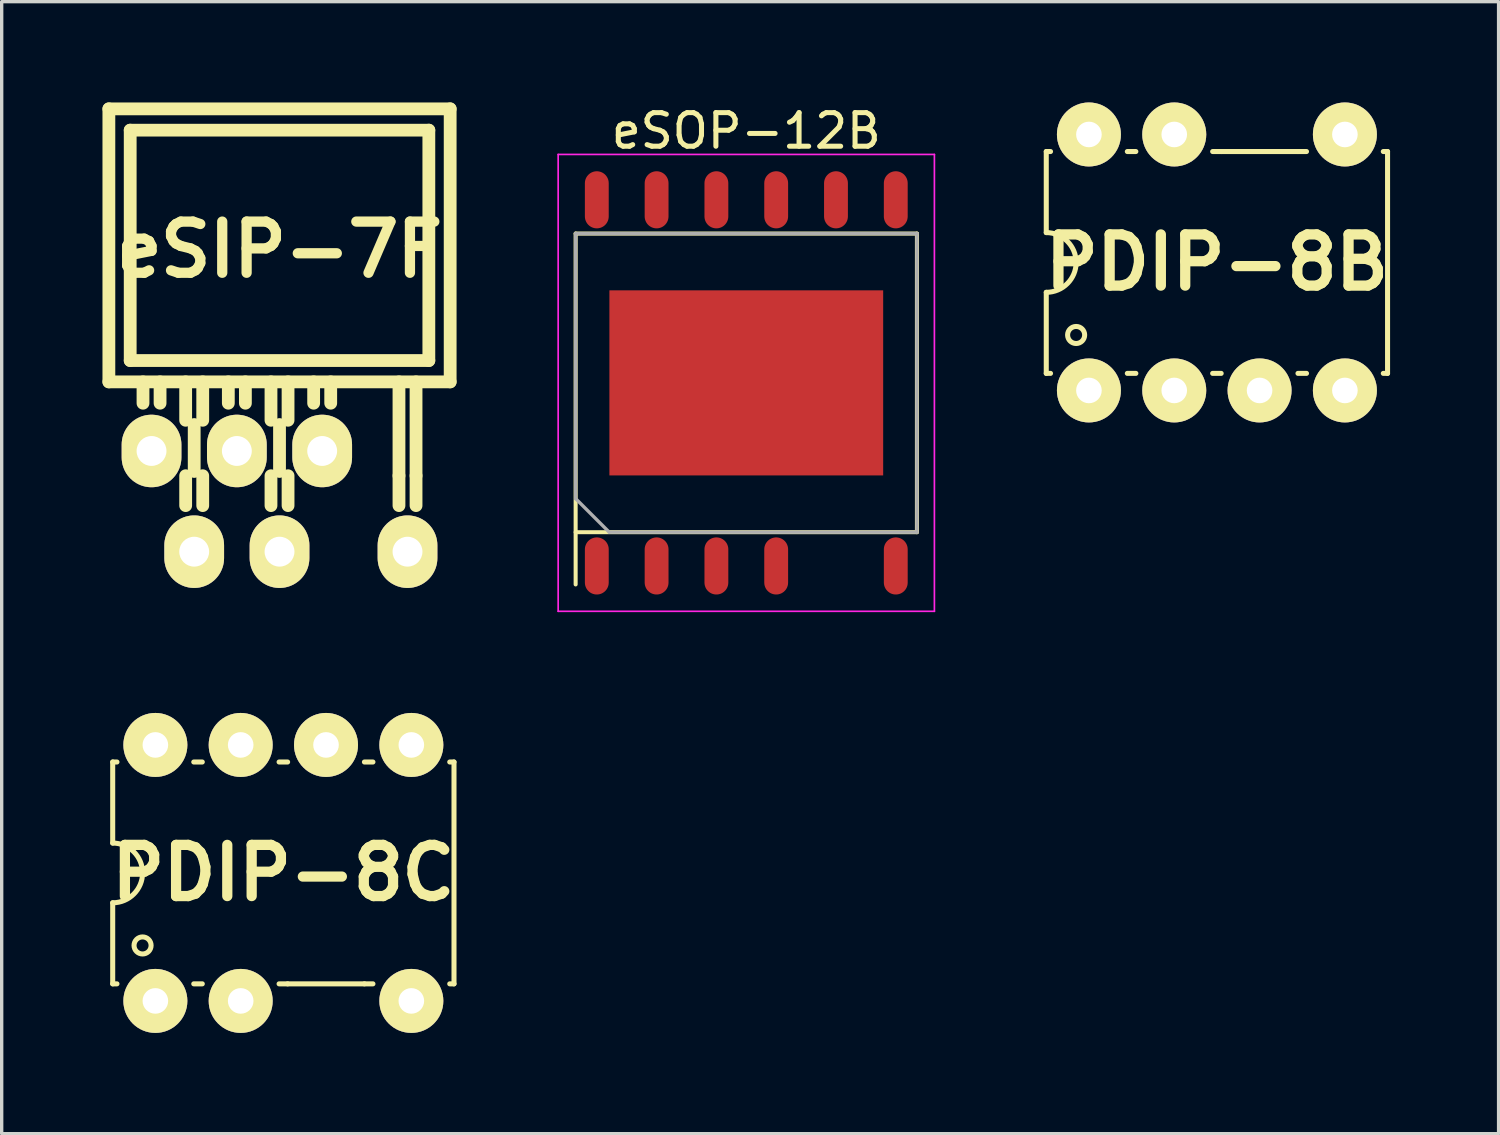
<source format=kicad_pcb>
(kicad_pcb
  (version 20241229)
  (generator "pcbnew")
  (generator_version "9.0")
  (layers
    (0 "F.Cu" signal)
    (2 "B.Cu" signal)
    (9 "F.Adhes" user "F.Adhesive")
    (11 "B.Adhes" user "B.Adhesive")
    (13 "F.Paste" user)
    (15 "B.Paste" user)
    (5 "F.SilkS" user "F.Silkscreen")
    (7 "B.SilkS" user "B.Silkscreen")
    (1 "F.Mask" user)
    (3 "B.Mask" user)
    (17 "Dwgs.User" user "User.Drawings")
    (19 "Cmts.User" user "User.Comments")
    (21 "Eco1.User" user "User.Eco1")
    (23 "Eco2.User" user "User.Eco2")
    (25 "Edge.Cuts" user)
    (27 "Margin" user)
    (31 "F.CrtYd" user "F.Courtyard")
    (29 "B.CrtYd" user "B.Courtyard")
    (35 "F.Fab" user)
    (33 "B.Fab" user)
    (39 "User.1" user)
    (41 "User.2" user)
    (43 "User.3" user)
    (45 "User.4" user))
  (footprint "eSIP-7F"
    (layer "F.Cu")
    (at 5.271 11.874)
    (property "Reference" "eSIP-7F" (at 0 -7.493 0) (layer "F.SilkS") (effects (font (size 1.524 1.524) (thickness 0.305))))
    (attr through_hole)
    (fp_line (start -5.08 -11.684) (end -5.08 -3.556) (stroke (width 0.381) (type solid)) (layer "F.SilkS"))
    (fp_line (start -5.08 -3.556) (end 5.08 -3.556) (stroke (width 0.381) (type solid)) (layer "F.SilkS"))
    (fp_line (start -4.445 -11.049) (end -4.445 -4.191) (stroke (width 0.381) (type solid)) (layer "F.SilkS"))
    (fp_line (start -4.445 -4.191) (end 4.445 -4.191) (stroke (width 0.381) (type solid)) (layer "F.SilkS"))
    (fp_line (start -4.064 -2.921) (end -4.064 -3.556) (stroke (width 0.381) (type solid)) (layer "F.SilkS"))
    (fp_line (start -3.556 -2.921) (end -3.556 -3.556) (stroke (width 0.381) (type solid)) (layer "F.SilkS"))
    (fp_line (start -2.794 -2.413) (end -2.794 -3.556) (stroke (width 0.381) (type solid)) (layer "F.SilkS"))
    (fp_line (start -2.794 0.127) (end -2.794 -0.762) (stroke (width 0.381) (type solid)) (layer "F.SilkS"))
    (fp_line (start -2.54 -0.889) (end -2.54 -2.286) (stroke (width 0.381) (type solid)) (layer "F.SilkS"))
    (fp_line (start -2.286 -2.413) (end -2.286 -3.556) (stroke (width 0.381) (type solid)) (layer "F.SilkS"))
    (fp_line (start -2.286 -0.762) (end -2.286 0.127) (stroke (width 0.381) (type solid)) (layer "F.SilkS"))
    (fp_line (start -1.524 -2.921) (end -1.524 -3.556) (stroke (width 0.381) (type solid)) (layer "F.SilkS"))
    (fp_line (start -1.016 -2.921) (end -1.016 -3.556) (stroke (width 0.381) (type solid)) (layer "F.SilkS"))
    (fp_line (start -0.254 -2.413) (end -0.254 -3.556) (stroke (width 0.381) (type solid)) (layer "F.SilkS"))
    (fp_line (start -0.254 -0.762) (end -0.254 0.127) (stroke (width 0.381) (type solid)) (layer "F.SilkS"))
    (fp_line (start 0 -0.889) (end 0 -2.286) (stroke (width 0.381) (type solid)) (layer "F.SilkS"))
    (fp_line (start 0.254 -2.413) (end 0.254 -3.556) (stroke (width 0.381) (type solid)) (layer "F.SilkS"))
    (fp_line (start 0.254 -0.762) (end 0.254 0.127) (stroke (width 0.381) (type solid)) (layer "F.SilkS"))
    (fp_line (start 1.016 -2.921) (end 1.016 -3.556) (stroke (width 0.381) (type solid)) (layer "F.SilkS"))
    (fp_line (start 1.524 -2.921) (end 1.524 -3.556) (stroke (width 0.381) (type solid)) (layer "F.SilkS"))
    (fp_line (start 3.556 -0.762) (end 3.556 -3.556) (stroke (width 0.381) (type solid)) (layer "F.SilkS"))
    (fp_line (start 3.556 0.127) (end 3.556 -0.762) (stroke (width 0.381) (type solid)) (layer "F.SilkS"))
    (fp_line (start 4.064 -0.762) (end 4.064 -3.556) (stroke (width 0.381) (type solid)) (layer "F.SilkS"))
    (fp_line (start 4.064 0.127) (end 4.064 -0.762) (stroke (width 0.381) (type solid)) (layer "F.SilkS"))
    (fp_line (start 4.445 -11.049) (end -4.445 -11.049) (stroke (width 0.381) (type solid)) (layer "F.SilkS"))
    (fp_line (start 4.445 -4.191) (end 4.445 -11.049) (stroke (width 0.381) (type solid)) (layer "F.SilkS"))
    (fp_line (start 5.08 -11.684) (end -5.08 -11.684) (stroke (width 0.381) (type solid)) (layer "F.SilkS"))
    (fp_line (start 5.08 -3.556) (end 5.08 -11.684) (stroke (width 0.381) (type solid)) (layer "F.SilkS"))
    (pad "1" thru_hole oval (at -3.81 -1.499) (size 1.778 2.159) (drill 0.889) (layers "*.Cu" "*.Mask" "F.SilkS"))
    (pad "2" thru_hole oval (at -2.54 1.499) (size 1.778 2.159) (drill 0.889) (layers "*.Cu" "*.Mask" "F.SilkS"))
    (pad "3" thru_hole oval (at -1.27 -1.499) (size 1.778 2.159) (drill 0.889) (layers "*.Cu" "*.Mask" "F.SilkS"))
    (pad "4" thru_hole oval (at 0 1.499) (size 1.778 2.159) (drill 0.889) (layers "*.Cu" "*.Mask" "F.SilkS"))
    (pad "5" thru_hole oval (at 1.27 -1.499) (size 1.778 2.159) (drill 0.889) (layers "*.Cu" "*.Mask" "F.SilkS"))
    (pad "7" thru_hole oval (at 3.81 1.499) (size 1.778 2.159) (drill 0.889) (layers "*.Cu" "*.Mask" "F.SilkS")))
  (footprint "PDIP-8C"
    (layer "F.Cu")
    (at 5.385 22.936)
    (property "Reference" "PDIP-8C" (at 0 0 0) (layer "F.SilkS") (effects (font (size 1.524 1.524) (thickness 0.305))))
    (attr through_hole)
    (fp_line (start -5.08 -3.302) (end -4.953 -3.302) (stroke (width 0.15) (type solid)) (layer "F.SilkS"))
    (fp_line (start -5.08 -0.889) (end -5.08 -3.302) (stroke (width 0.15) (type solid)) (layer "F.SilkS"))
    (fp_line (start -5.08 0.889) (end -5.08 3.302) (stroke (width 0.15) (type solid)) (layer "F.SilkS"))
    (fp_line (start -5.08 3.302) (end -4.953 3.302) (stroke (width 0.15) (type solid)) (layer "F.SilkS"))
    (fp_line (start -2.667 -3.302) (end -2.413 -3.302) (stroke (width 0.15) (type solid)) (layer "F.SilkS"))
    (fp_line (start -2.667 3.302) (end -2.413 3.302) (stroke (width 0.15) (type solid)) (layer "F.SilkS"))
    (fp_line (start -0.127 -3.302) (end 0.127 -3.302) (stroke (width 0.15) (type solid)) (layer "F.SilkS"))
    (fp_line (start -0.127 3.302) (end 0.127 3.302) (stroke (width 0.15) (type solid)) (layer "F.SilkS"))
    (fp_line (start 0.127 3.302) (end 2.413 3.302) (stroke (width 0.15) (type solid)) (layer "F.SilkS"))
    (fp_line (start 2.413 -3.302) (end 2.667 -3.302) (stroke (width 0.15) (type solid)) (layer "F.SilkS"))
    (fp_line (start 2.413 3.302) (end 2.667 3.302) (stroke (width 0.15) (type solid)) (layer "F.SilkS"))
    (fp_line (start 5.08 -3.302) (end 4.953 -3.302) (stroke (width 0.15) (type solid)) (layer "F.SilkS"))
    (fp_line (start 5.08 3.302) (end 4.953 3.302) (stroke (width 0.15) (type solid)) (layer "F.SilkS"))
    (fp_line (start 5.08 3.302) (end 5.08 -3.302) (stroke (width 0.15) (type solid)) (layer "F.SilkS"))
    (fp_arc (start -5.08 -0.889) (mid -4.451382 -0.628618) (end -4.191 0) (stroke (width 0.15) (type solid)) (layer "F.SilkS"))
    (fp_arc (start -4.191 0) (mid -4.451382 0.628618) (end -5.08 0.889) (stroke (width 0.15) (type solid)) (layer "F.SilkS"))
    (fp_circle (center -4.191 2.159) (end -3.937 2.159) (stroke (width 0.15) (type solid)) (fill no) (layer "F.SilkS"))
    (pad "1" thru_hole circle (at -3.81 3.81) (size 1.905 1.905) (drill 0.762) (layers "*.Cu" "*.Mask" "F.SilkS"))
    (pad "2" thru_hole circle (at -1.27 3.81) (size 1.905 1.905) (drill 0.762) (layers "*.Cu" "*.Mask" "F.SilkS"))
    (pad "4" thru_hole circle (at 3.81 3.81) (size 1.905 1.905) (drill 0.762) (layers "*.Cu" "*.Mask" "F.SilkS"))
    (pad "5" thru_hole circle (at 3.81 -3.81) (size 1.905 1.905) (drill 0.762) (layers "*.Cu" "*.Mask" "F.SilkS"))
    (pad "6" thru_hole circle (at 1.27 -3.81) (size 1.905 1.905) (drill 0.762) (layers "*.Cu" "*.Mask" "F.SilkS"))
    (pad "7" thru_hole circle (at -1.27 -3.81) (size 1.905 1.905) (drill 0.762) (layers "*.Cu" "*.Mask" "F.SilkS"))
    (pad "8" thru_hole circle (at -3.81 -3.81) (size 1.905 1.905) (drill 0.762) (layers "*.Cu" "*.Mask" "F.SilkS")))
  (footprint "PDIP-8B"
    (layer "F.Cu")
    (at 33.176 4.763)
    (property "Reference" "PDIP-8B" (at 0 0 0) (layer "F.SilkS") (effects (font (size 1.524 1.524) (thickness 0.305))))
    (attr through_hole)
    (fp_line (start -5.08 -3.302) (end -4.953 -3.302) (stroke (width 0.15) (type solid)) (layer "F.SilkS"))
    (fp_line (start -5.08 -0.889) (end -5.08 -3.302) (stroke (width 0.15) (type solid)) (layer "F.SilkS"))
    (fp_line (start -5.08 0.889) (end -5.08 3.302) (stroke (width 0.15) (type solid)) (layer "F.SilkS"))
    (fp_line (start -5.08 3.302) (end -4.953 3.302) (stroke (width 0.15) (type solid)) (layer "F.SilkS"))
    (fp_line (start -2.667 -3.302) (end -2.413 -3.302) (stroke (width 0.15) (type solid)) (layer "F.SilkS"))
    (fp_line (start -2.667 3.302) (end -2.413 3.302) (stroke (width 0.15) (type solid)) (layer "F.SilkS"))
    (fp_line (start -0.127 -3.302) (end 0.127 -3.302) (stroke (width 0.15) (type solid)) (layer "F.SilkS"))
    (fp_line (start -0.127 3.302) (end 0.127 3.302) (stroke (width 0.15) (type solid)) (layer "F.SilkS"))
    (fp_line (start 2.413 -3.302) (end 0.127 -3.302) (stroke (width 0.15) (type solid)) (layer "F.SilkS"))
    (fp_line (start 2.413 -3.302) (end 2.667 -3.302) (stroke (width 0.15) (type solid)) (layer "F.SilkS"))
    (fp_line (start 2.413 3.302) (end 2.667 3.302) (stroke (width 0.15) (type solid)) (layer "F.SilkS"))
    (fp_line (start 5.08 -3.302) (end 4.953 -3.302) (stroke (width 0.15) (type solid)) (layer "F.SilkS"))
    (fp_line (start 5.08 3.302) (end 4.953 3.302) (stroke (width 0.15) (type solid)) (layer "F.SilkS"))
    (fp_line (start 5.08 3.302) (end 5.08 -3.302) (stroke (width 0.15) (type solid)) (layer "F.SilkS"))
    (fp_arc (start -5.08 -0.889) (mid -4.451382 -0.628618) (end -4.191 0) (stroke (width 0.15) (type solid)) (layer "F.SilkS"))
    (fp_arc (start -4.191 0) (mid -4.451382 0.628618) (end -5.08 0.889) (stroke (width 0.15) (type solid)) (layer "F.SilkS"))
    (fp_circle (center -4.191 2.159) (end -3.937 2.159) (stroke (width 0.15) (type solid)) (fill no) (layer "F.SilkS"))
    (pad "1" thru_hole circle (at -3.81 3.81) (size 1.905 1.905) (drill 0.762) (layers "*.Cu" "*.Mask" "F.SilkS"))
    (pad "2" thru_hole circle (at -1.27 3.81) (size 1.905 1.905) (drill 0.762) (layers "*.Cu" "*.Mask" "F.SilkS"))
    (pad "3" thru_hole circle (at 1.27 3.81) (size 1.905 1.905) (drill 0.762) (layers "*.Cu" "*.Mask" "F.SilkS"))
    (pad "4" thru_hole circle (at 3.81 3.81) (size 1.905 1.905) (drill 0.762) (layers "*.Cu" "*.Mask" "F.SilkS"))
    (pad "5" thru_hole circle (at 3.81 -3.81) (size 1.905 1.905) (drill 0.762) (layers "*.Cu" "*.Mask" "F.SilkS"))
    (pad "7" thru_hole circle (at -1.27 -3.81) (size 1.905 1.905) (drill 0.762) (layers "*.Cu" "*.Mask" "F.SilkS"))
    (pad "8" thru_hole circle (at -3.81 -3.81) (size 1.905 1.905) (drill 0.762) (layers "*.Cu" "*.Mask" "F.SilkS")))
  (footprint "eSOP-12B"
    (layer "F.Cu")
    (at 19.166 8.348)
    (property "Reference" "eSOP-12B" (at 0 -7.5 0) (layer "F.SilkS") (effects (font (size 1 1) (thickness 0.15))))
    (attr smd)
    (fp_line (start -5.08 -4.445) (end -5.08 6) (stroke (width 0.12) (type solid)) (layer "F.SilkS"))
    (fp_line (start -5.08 4.445) (end 5.08 4.445) (stroke (width 0.12) (type solid)) (layer "F.SilkS"))
    (fp_line (start 5.08 -4.445) (end -5.08 -4.445) (stroke (width 0.12) (type solid)) (layer "F.SilkS"))
    (fp_line (start 5.08 4.445) (end 5.08 -4.445) (stroke (width 0.12) (type solid)) (layer "F.SilkS"))
    (fp_line (start -5.6 -6.8) (end 5.6 -6.8) (stroke (width 0.05) (type solid)) (layer "F.CrtYd"))
    (fp_line (start -5.6 6.8) (end -5.6 -6.8) (stroke (width 0.05) (type solid)) (layer "F.CrtYd"))
    (fp_line (start 5.6 -6.8) (end 5.6 6.8) (stroke (width 0.05) (type solid)) (layer "F.CrtYd"))
    (fp_line (start 5.6 6.8) (end -5.6 6.8) (stroke (width 0.05) (type solid)) (layer "F.CrtYd"))
    (fp_line (start -5.08 -4.445) (end -5.08 3.445) (stroke (width 0.1) (type solid)) (layer "F.Fab"))
    (fp_line (start -4.08 4.445) (end -5.08 3.445) (stroke (width 0.1) (type solid)) (layer "F.Fab"))
    (fp_line (start -4.08 4.445) (end 5.08 4.445) (stroke (width 0.1) (type solid)) (layer "F.Fab"))
    (fp_line (start 5.08 -4.445) (end -5.08 -4.445) (stroke (width 0.1) (type solid)) (layer "F.Fab"))
    (fp_line (start 5.08 4.445) (end 5.08 -4.445) (stroke (width 0.1) (type solid)) (layer "F.Fab"))
    (pad "1" smd oval (at -4.45 5.45) (size 0.71 1.7) (layers "F.Cu" "F.Mask" "F.Paste"))
    (pad "2" smd oval (at -2.67 5.45) (size 0.71 1.7) (layers "F.Cu" "F.Mask" "F.Paste"))
    (pad "3" smd oval (at -0.89 5.45) (size 0.71 1.7) (layers "F.Cu" "F.Mask" "F.Paste"))
    (pad "4" smd oval (at 0.89 5.45) (size 0.71 1.7) (layers "F.Cu" "F.Mask" "F.Paste"))
    (pad "6" smd oval (at 4.45 5.45) (size 0.71 1.7) (layers "F.Cu" "F.Mask" "F.Paste"))
    (pad "7" smd oval (at 4.45 -5.45) (size 0.71 1.7) (layers "F.Cu" "F.Mask" "F.Paste"))
    (pad "8" smd oval (at 2.67 -5.45) (size 0.71 1.7) (layers "F.Cu" "F.Mask" "F.Paste"))
    (pad "9" smd oval (at 0.89 -5.45) (size 0.71 1.7) (layers "F.Cu" "F.Mask" "F.Paste"))
    (pad "10" smd oval (at -0.89 -5.45) (size 0.71 1.7) (layers "F.Cu" "F.Mask" "F.Paste"))
    (pad "11" smd oval (at -2.67 -5.45) (size 0.71 1.7) (layers "F.Cu" "F.Mask" "F.Paste"))
    (pad "12" smd oval (at -4.45 -5.45) (size 0.71 1.7) (layers "F.Cu" "F.Mask" "F.Paste"))
    (pad "13" smd rect (at 0 0) (size 8.15 5.51) (layers "F.Cu" "F.Mask" "F.Paste")))
  (gr_rect
    (start -3 -3)
    (end 41.561 30.698)
    (stroke (width 0.1) (type default))
    (fill no)
    (layer "Edge.Cuts")))
</source>
